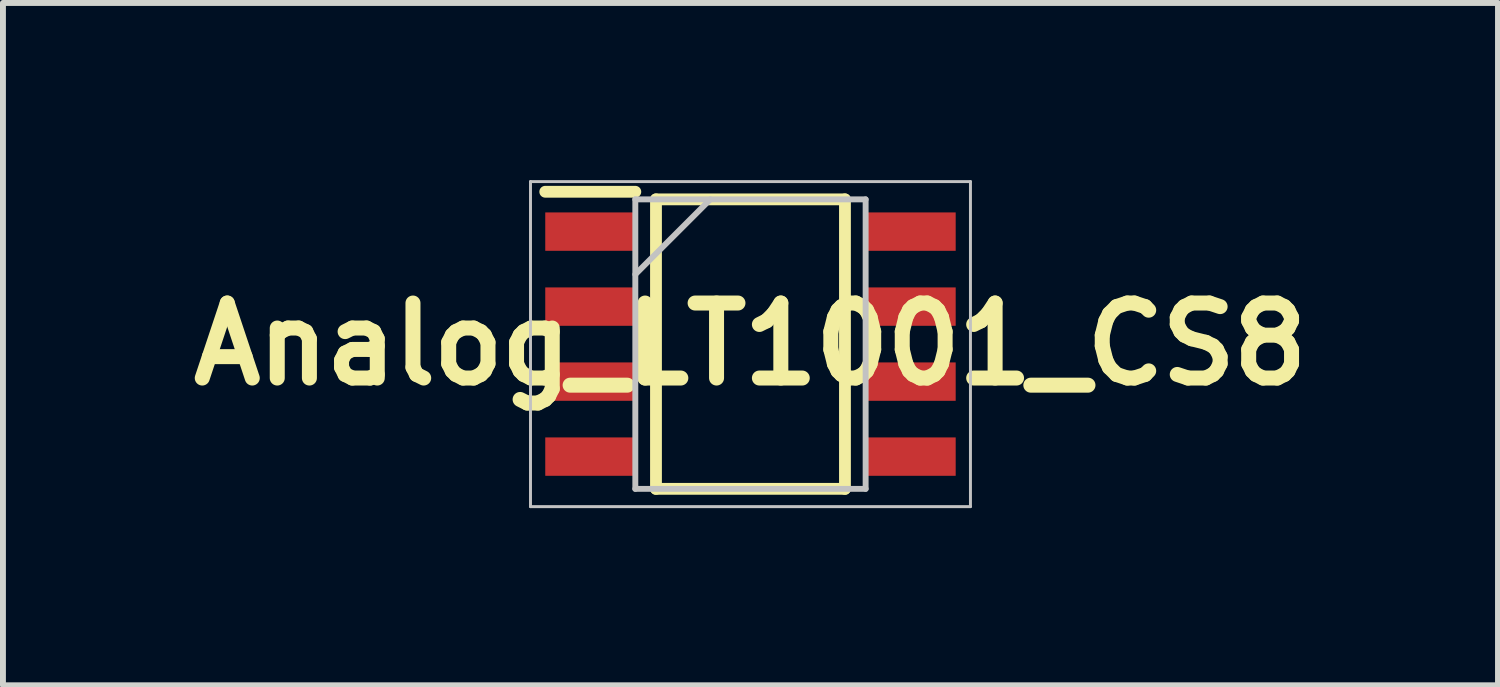
<source format=kicad_pcb>
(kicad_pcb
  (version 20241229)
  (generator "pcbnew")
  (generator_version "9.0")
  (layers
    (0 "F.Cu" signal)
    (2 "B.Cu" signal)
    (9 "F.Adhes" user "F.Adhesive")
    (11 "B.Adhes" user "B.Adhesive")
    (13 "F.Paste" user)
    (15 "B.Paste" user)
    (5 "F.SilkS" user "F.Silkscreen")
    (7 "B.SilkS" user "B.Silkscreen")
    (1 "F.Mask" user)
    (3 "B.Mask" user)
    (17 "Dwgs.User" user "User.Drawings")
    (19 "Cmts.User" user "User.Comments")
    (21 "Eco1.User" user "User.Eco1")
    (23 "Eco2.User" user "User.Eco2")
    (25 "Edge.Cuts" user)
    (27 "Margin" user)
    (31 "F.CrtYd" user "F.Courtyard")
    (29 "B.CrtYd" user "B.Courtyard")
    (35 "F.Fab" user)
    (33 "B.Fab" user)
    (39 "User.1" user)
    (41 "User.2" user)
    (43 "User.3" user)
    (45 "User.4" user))
  (footprint "Analog_LT1001_CS8"
    (layer "F.Cu")
    (at 9.658 2.777)
    (property "Reference" "Analog_LT1001_CS8" (at 0 0 0) (layer "F.SilkS") (effects (font (size 1.27 1.27) (thickness 0.254))))
    (attr smd)
    (fp_line (start -3.475 -2.58) (end -1.95 -2.58) (stroke (width 0.2) (type solid)) (layer "F.SilkS"))
    (fp_line (start -1.6 -2.451) (end 1.6 -2.451) (stroke (width 0.2) (type solid)) (layer "F.SilkS"))
    (fp_line (start -1.6 2.451) (end -1.6 -2.451) (stroke (width 0.2) (type solid)) (layer "F.SilkS"))
    (fp_line (start 1.6 -2.451) (end 1.6 2.451) (stroke (width 0.2) (type solid)) (layer "F.SilkS"))
    (fp_line (start 1.6 2.451) (end -1.6 2.451) (stroke (width 0.2) (type solid)) (layer "F.SilkS"))
    (fp_line (start -3.725 -2.752) (end 3.725 -2.752) (stroke (width 0.05) (type solid)) (layer "Dwgs.User"))
    (fp_line (start -3.725 2.752) (end -3.725 -2.752) (stroke (width 0.05) (type solid)) (layer "Dwgs.User"))
    (fp_line (start -1.95 -2.451) (end 1.95 -2.451) (stroke (width 0.1) (type solid)) (layer "Dwgs.User"))
    (fp_line (start -1.95 -1.181) (end -0.68 -2.451) (stroke (width 0.1) (type solid)) (layer "Dwgs.User"))
    (fp_line (start -1.95 2.451) (end -1.95 -2.451) (stroke (width 0.1) (type solid)) (layer "Dwgs.User"))
    (fp_line (start 1.95 -2.451) (end 1.95 2.451) (stroke (width 0.1) (type solid)) (layer "Dwgs.User"))
    (fp_line (start 1.95 2.451) (end -1.95 2.451) (stroke (width 0.1) (type solid)) (layer "Dwgs.User"))
    (fp_line (start 3.725 -2.752) (end 3.725 2.752) (stroke (width 0.05) (type solid)) (layer "Dwgs.User"))
    (fp_line (start 3.725 2.752) (end -3.725 2.752) (stroke (width 0.05) (type solid)) (layer "Dwgs.User"))
    (pad "1" smd rect (at -2.712 -1.905 90) (size 0.65 1.526) (layers "F.Cu" "F.Mask" "F.Paste"))
    (pad "2" smd rect (at -2.712 -0.635 90) (size 0.65 1.526) (layers "F.Cu" "F.Mask" "F.Paste"))
    (pad "3" smd rect (at -2.712 0.635 90) (size 0.65 1.526) (layers "F.Cu" "F.Mask" "F.Paste"))
    (pad "4" smd rect (at -2.712 1.905 90) (size 0.65 1.526) (layers "F.Cu" "F.Mask" "F.Paste"))
    (pad "5" smd rect (at 2.712 1.905 90) (size 0.65 1.526) (layers "F.Cu" "F.Mask" "F.Paste"))
    (pad "6" smd rect (at 2.712 0.635 90) (size 0.65 1.526) (layers "F.Cu" "F.Mask" "F.Paste"))
    (pad "7" smd rect (at 2.712 -0.635 90) (size 0.65 1.526) (layers "F.Cu" "F.Mask" "F.Paste"))
    (pad "8" smd rect (at 2.712 -1.905 90) (size 0.65 1.526) (layers "F.Cu" "F.Mask" "F.Paste")))
  (gr_rect
    (start -3 -3)
    (end 22.316 8.554)
    (stroke (width 0.1) (type default))
    (fill no)
    (layer "Edge.Cuts")))
</source>
